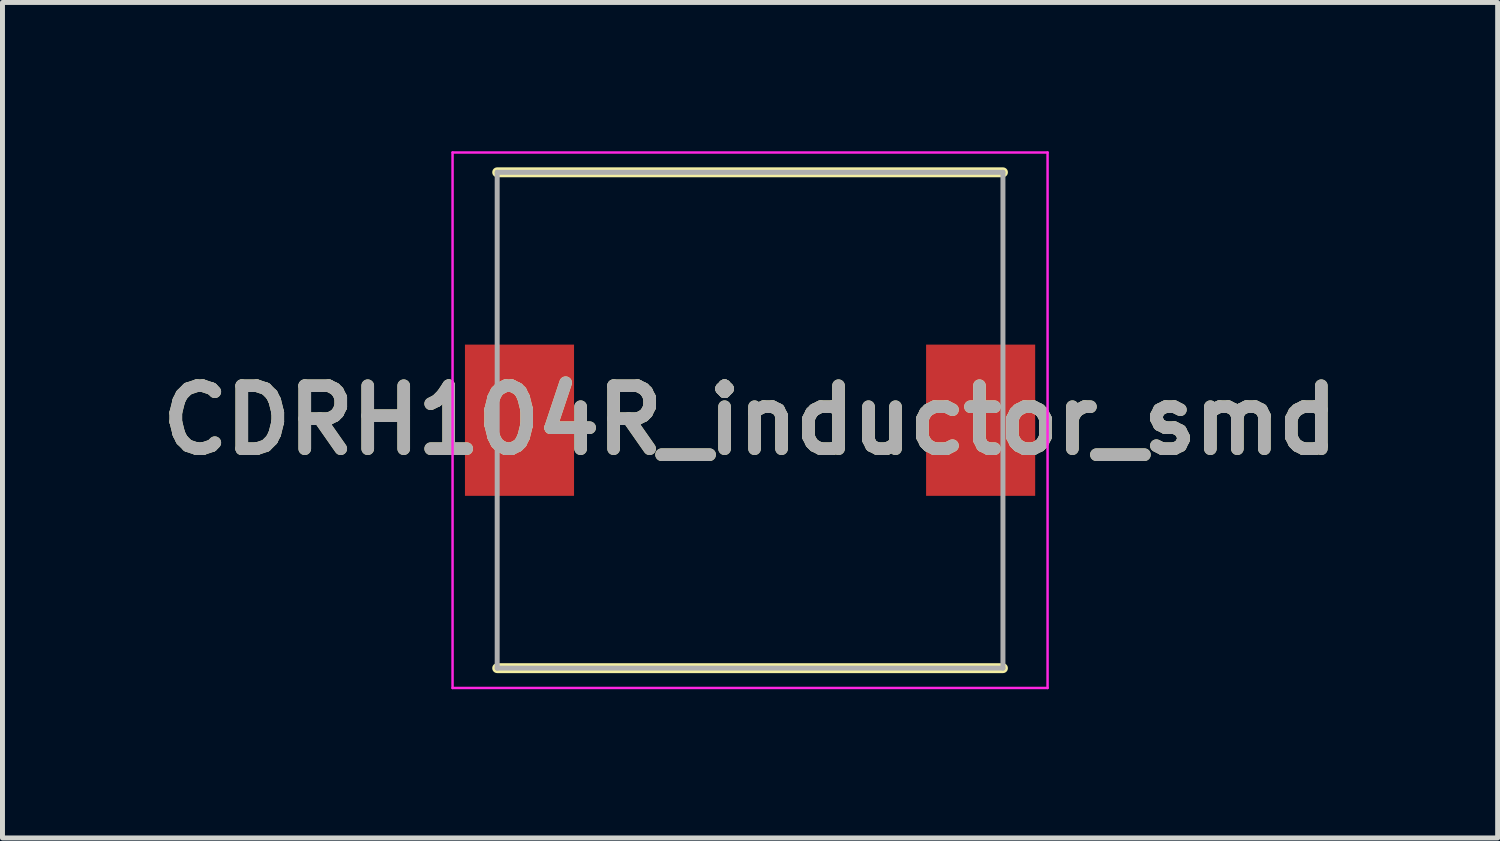
<source format=kicad_pcb>
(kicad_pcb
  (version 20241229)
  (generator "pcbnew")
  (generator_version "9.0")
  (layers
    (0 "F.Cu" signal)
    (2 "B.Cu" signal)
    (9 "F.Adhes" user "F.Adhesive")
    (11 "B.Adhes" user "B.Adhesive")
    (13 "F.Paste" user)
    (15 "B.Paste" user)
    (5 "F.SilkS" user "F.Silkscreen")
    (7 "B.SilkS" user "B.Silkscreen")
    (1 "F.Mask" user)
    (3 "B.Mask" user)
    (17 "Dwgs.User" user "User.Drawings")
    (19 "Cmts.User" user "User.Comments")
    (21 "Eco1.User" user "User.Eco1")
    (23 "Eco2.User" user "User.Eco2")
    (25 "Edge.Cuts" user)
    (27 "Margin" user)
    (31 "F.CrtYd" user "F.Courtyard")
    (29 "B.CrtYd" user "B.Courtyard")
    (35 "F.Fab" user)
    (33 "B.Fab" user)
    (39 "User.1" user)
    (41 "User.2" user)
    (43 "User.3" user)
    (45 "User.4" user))
  (footprint "CDRH104R_inductor_smd"
    (layer "F.Cu")
    (at 12.077 5.425)
    (property "Reference" "CDRH104R_inductor_smd" (at 0 0 0) (layer "F.SilkS") (effects (font (size 1.27 1.27) (thickness 0.254))))
    (attr smd)
    (fp_line (start -5.1 5) (end 5.1 5) (stroke (width 0.2) (type solid)) (layer "F.SilkS"))
    (fp_line (start 5.1 -5) (end -5.1 -5) (stroke (width 0.2) (type solid)) (layer "F.SilkS"))
    (fp_line (start -6 -5.4) (end 6 -5.4) (stroke (width 0.05) (type solid)) (layer "F.CrtYd"))
    (fp_line (start -6 5.4) (end -6 -5.4) (stroke (width 0.05) (type solid)) (layer "F.CrtYd"))
    (fp_line (start 6 -5.4) (end 6 5.4) (stroke (width 0.05) (type solid)) (layer "F.CrtYd"))
    (fp_line (start 6 5.4) (end -6 5.4) (stroke (width 0.05) (type solid)) (layer "F.CrtYd"))
    (fp_line (start -5.1 -5) (end 5.1 -5) (stroke (width 0.1) (type solid)) (layer "F.Fab"))
    (fp_line (start -5.1 5) (end -5.1 -5) (stroke (width 0.1) (type solid)) (layer "F.Fab"))
    (fp_line (start 5.1 -5) (end 5.1 5) (stroke (width 0.1) (type solid)) (layer "F.Fab"))
    (fp_line (start 5.1 5) (end -5.1 5) (stroke (width 0.1) (type solid)) (layer "F.Fab"))
    (fp_text user "${REFERENCE}" (at 0 0 0) (layer "F.Fab") (effects (font (size 1.27 1.27) (thickness 0.254))))
    (pad "1" smd rect (at -4.65 0) (size 2.2 3.05) (layers "F.Cu" "F.Mask" "F.Paste"))
    (pad "2" smd rect (at 4.65 0) (size 2.2 3.05) (layers "F.Cu" "F.Mask" "F.Paste")))
  (gr_rect
    (start -3 -3)
    (end 27.154 13.85)
    (stroke (width 0.1) (type default))
    (fill no)
    (layer "Edge.Cuts")))
</source>
